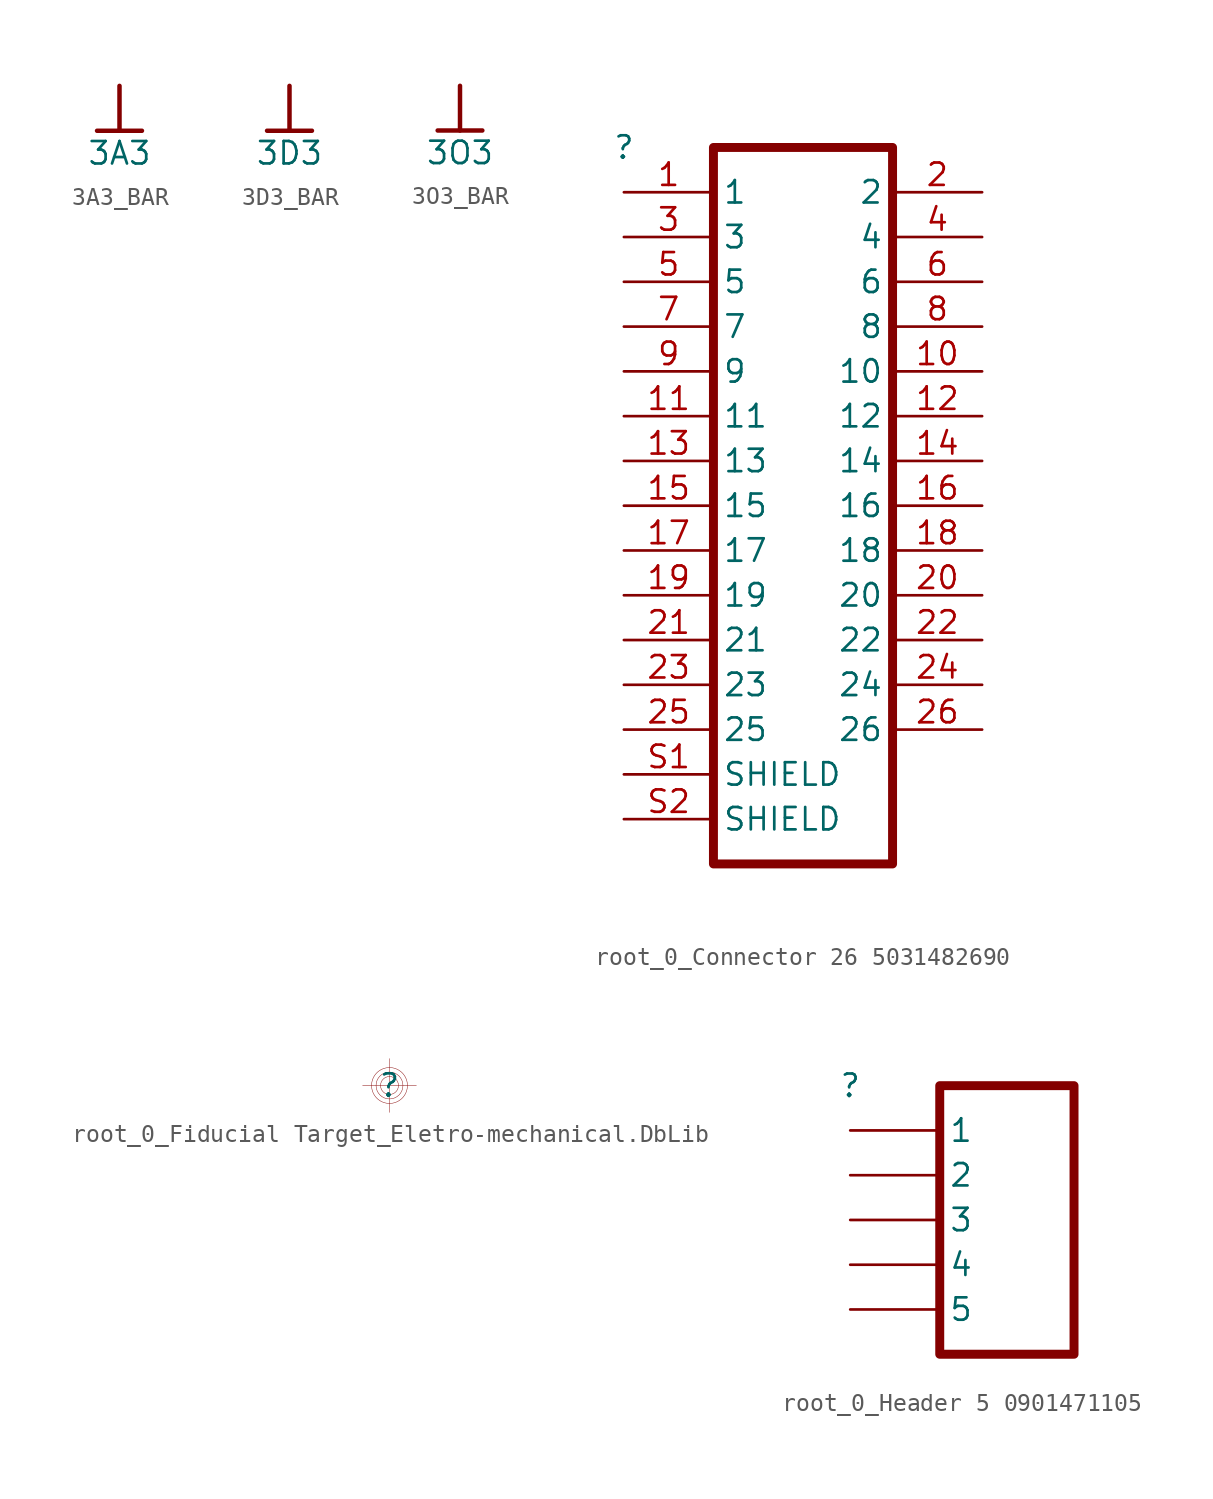
<source format=kicad_sym>
(kicad_symbol_lib
  (version 20241209)
  (generator "kicad_symbol_editor")
  (generator_version "9.0")
  (symbol "3A3_BAR"
    (power)
    (property "Reference" "#PWR"
      (at 0 0 0)
      (effects (font (size 1.27 1.27)) (hide yes)))
    (property "Value" "3A3"
      (at 0 -3.81 0)
      (effects (font (size 1.27 1.27))))
    (symbol "3A3_BAR_0_0"
      (polyline (pts (xy -1.27 -2.54) (xy 1.27 -2.54)) (stroke (width 0.254) (type solid)) (fill (type none)))
      (polyline (pts (xy 0 0) (xy 0 -2.54)) (stroke (width 0.254) (type solid)) (fill (type none)))
      (pin power_in line (at 0 0 0) (length 0) (hide yes) (name "3A3" (effects (font (size 1.27 1.27)))) (number "" (effects (font (size 1.27 1.27)))))))
  (symbol "3D3_BAR"
    (power)
    (property "Reference" "#PWR"
      (at 0 0 0)
      (effects (font (size 1.27 1.27)) (hide yes)))
    (property "Value" "3D3"
      (at 0 -3.81 0)
      (effects (font (size 1.27 1.27))))
    (symbol "3D3_BAR_0_0"
      (polyline (pts (xy -1.27 -2.54) (xy 1.27 -2.54)) (stroke (width 0.254) (type solid)) (fill (type none)))
      (polyline (pts (xy 0 0) (xy 0 -2.54)) (stroke (width 0.254) (type solid)) (fill (type none)))
      (pin power_in line (at 0 0 0) (length 0) (hide yes) (name "3D3" (effects (font (size 1.27 1.27)))) (number "" (effects (font (size 1.27 1.27)))))))
  (symbol "3O3_BAR"
    (power)
    (property "Reference" "#PWR"
      (at 0 0 0)
      (effects (font (size 1.27 1.27)) (hide yes)))
    (property "Value" "3O3"
      (at 0 -3.81 0)
      (effects (font (size 1.27 1.27))))
    (symbol "3O3_BAR_0_0"
      (polyline (pts (xy -1.27 -2.54) (xy 1.27 -2.54)) (stroke (width 0.254) (type solid)) (fill (type none)))
      (polyline (pts (xy 0 0) (xy 0 -2.54)) (stroke (width 0.254) (type solid)) (fill (type none)))
      (pin power_in line (at 0 0 0) (length 0) (hide yes) (name "3O3" (effects (font (size 1.27 1.27)))) (number "" (effects (font (size 1.27 1.27)))))))
  (symbol "root_0_Connector 26 5031482690"
    (property "Reference" ""
      (at 0 0 0)
      (effects (font (size 1.27 1.27))))
    (property "Value" ""
      (at 0 0 0)
      (effects (font (size 1.27 1.27))))
    (symbol "root_0_Connector 26 5031482690_1_0"
      (polyline (pts (xy 5.08 0) (xy 5.08 -40.64) (xy 15.24 -40.64) (xy 15.24 0) (xy 5.08 0)) (stroke (width 0.508) (type solid)) (fill (type none)))
      (pin passive line (at 0 -2.54 0) (length 5.08) (name "1" (effects (font (size 1.27 1.27)))) (number "1" (effects (font (size 1.27 1.27)))))
      (pin passive line (at 0 -5.08 0) (length 5.08) (name "3" (effects (font (size 1.27 1.27)))) (number "3" (effects (font (size 1.27 1.27)))))
      (pin passive line (at 0 -7.62 0) (length 5.08) (name "5" (effects (font (size 1.27 1.27)))) (number "5" (effects (font (size 1.27 1.27)))))
      (pin passive line (at 0 -10.16 0) (length 5.08) (name "7" (effects (font (size 1.27 1.27)))) (number "7" (effects (font (size 1.27 1.27)))))
      (pin passive line (at 0 -12.7 0) (length 5.08) (name "9" (effects (font (size 1.27 1.27)))) (number "9" (effects (font (size 1.27 1.27)))))
      (pin passive line (at 0 -15.24 0) (length 5.08) (name "11" (effects (font (size 1.27 1.27)))) (number "11" (effects (font (size 1.27 1.27)))))
      (pin passive line (at 0 -17.78 0) (length 5.08) (name "13" (effects (font (size 1.27 1.27)))) (number "13" (effects (font (size 1.27 1.27)))))
      (pin passive line (at 0 -20.32 0) (length 5.08) (name "15" (effects (font (size 1.27 1.27)))) (number "15" (effects (font (size 1.27 1.27)))))
      (pin passive line (at 0 -22.86 0) (length 5.08) (name "17" (effects (font (size 1.27 1.27)))) (number "17" (effects (font (size 1.27 1.27)))))
      (pin passive line (at 0 -25.4 0) (length 5.08) (name "19" (effects (font (size 1.27 1.27)))) (number "19" (effects (font (size 1.27 1.27)))))
      (pin passive line (at 0 -27.94 0) (length 5.08) (name "21" (effects (font (size 1.27 1.27)))) (number "21" (effects (font (size 1.27 1.27)))))
      (pin passive line (at 0 -30.48 0) (length 5.08) (name "23" (effects (font (size 1.27 1.27)))) (number "23" (effects (font (size 1.27 1.27)))))
      (pin passive line (at 0 -33.02 0) (length 5.08) (name "25" (effects (font (size 1.27 1.27)))) (number "25" (effects (font (size 1.27 1.27)))))
      (pin passive line (at 0 -35.56 0) (length 5.08) (name "SHIELD" (effects (font (size 1.27 1.27)))) (number "S1" (effects (font (size 1.27 1.27)))))
      (pin passive line (at 0 -38.1 0) (length 5.08) (name "SHIELD" (effects (font (size 1.27 1.27)))) (number "S2" (effects (font (size 1.27 1.27)))))
      (pin passive line (at 20.32 -2.54 180) (length 5.08) (name "2" (effects (font (size 1.27 1.27)))) (number "2" (effects (font (size 1.27 1.27)))))
      (pin passive line (at 20.32 -5.08 180) (length 5.08) (name "4" (effects (font (size 1.27 1.27)))) (number "4" (effects (font (size 1.27 1.27)))))
      (pin passive line (at 20.32 -7.62 180) (length 5.08) (name "6" (effects (font (size 1.27 1.27)))) (number "6" (effects (font (size 1.27 1.27)))))
      (pin passive line (at 20.32 -10.16 180) (length 5.08) (name "8" (effects (font (size 1.27 1.27)))) (number "8" (effects (font (size 1.27 1.27)))))
      (pin passive line (at 20.32 -12.7 180) (length 5.08) (name "10" (effects (font (size 1.27 1.27)))) (number "10" (effects (font (size 1.27 1.27)))))
      (pin passive line (at 20.32 -15.24 180) (length 5.08) (name "12" (effects (font (size 1.27 1.27)))) (number "12" (effects (font (size 1.27 1.27)))))
      (pin passive line (at 20.32 -17.78 180) (length 5.08) (name "14" (effects (font (size 1.27 1.27)))) (number "14" (effects (font (size 1.27 1.27)))))
      (pin passive line (at 20.32 -20.32 180) (length 5.08) (name "16" (effects (font (size 1.27 1.27)))) (number "16" (effects (font (size 1.27 1.27)))))
      (pin passive line (at 20.32 -22.86 180) (length 5.08) (name "18" (effects (font (size 1.27 1.27)))) (number "18" (effects (font (size 1.27 1.27)))))
      (pin passive line (at 20.32 -25.4 180) (length 5.08) (name "20" (effects (font (size 1.27 1.27)))) (number "20" (effects (font (size 1.27 1.27)))))
      (pin passive line (at 20.32 -27.94 180) (length 5.08) (name "22" (effects (font (size 1.27 1.27)))) (number "22" (effects (font (size 1.27 1.27)))))
      (pin passive line (at 20.32 -30.48 180) (length 5.08) (name "24" (effects (font (size 1.27 1.27)))) (number "24" (effects (font (size 1.27 1.27)))))
      (pin passive line (at 20.32 -33.02 180) (length 5.08) (name "26" (effects (font (size 1.27 1.27)))) (number "26" (effects (font (size 1.27 1.27)))))))
  (symbol "root_0_Fiducial Target_Eletro-mechanical.DbLib"
    (pin_numbers
      (hide yes))
    (pin_names
      (hide yes))
    (property "Reference" ""
      (at 0 0 0)
      (effects (font (size 1.27 1.27))))
    (property "Value" ""
      (at 0 0 0)
      (effects (font (size 1.27 1.27))))
    (symbol "root_0_Fiducial Target_Eletro-mechanical.DbLib_1_0"
      (polyline (pts (xy -1.524 0) (xy 1.524 0)) (stroke (width 0.025) (type solid)) (fill (type none)))
      (polyline (pts (xy 0 1.524) (xy 0 -1.524)) (stroke (width 0.025) (type solid)) (fill (type none)))
      (circle (center 0 0) (radius 0.508) (stroke (width 0.025) (type solid)) (fill (type color) (color 255 255 255 0.5)))
      (circle (center 0 0) (radius 0.762) (stroke (width 0.025) (type solid)) (fill (type color) (color 255 255 255 0.5)))
      (circle (center 0 0) (radius 1.016) (stroke (width 0.025) (type solid)) (fill (type color) (color 255 255 255 0.5)))))
  (symbol "root_0_Header 5 0901471105"
    (pin_numbers
      (hide yes))
    (property "Reference" ""
      (at 0 0 0)
      (effects (font (size 1.27 1.27))))
    (property "Value" ""
      (at 0 0 0)
      (effects (font (size 1.27 1.27))))
    (symbol "root_0_Header 5 0901471105_1_0"
      (polyline (pts (xy 5.08 0) (xy 5.08 -15.24) (xy 12.7 -15.24) (xy 12.7 0) (xy 5.08 0)) (stroke (width 0.508) (type solid)) (fill (type none)))
      (pin passive line (at 0 -2.54 0) (length 5.08) (name "1" (effects (font (size 1.27 1.27)))) (number "1" (effects (font (size 1.27 1.27)))))
      (pin passive line (at 0 -5.08 0) (length 5.08) (name "2" (effects (font (size 1.27 1.27)))) (number "2" (effects (font (size 1.27 1.27)))))
      (pin passive line (at 0 -7.62 0) (length 5.08) (name "3" (effects (font (size 1.27 1.27)))) (number "3" (effects (font (size 1.27 1.27)))))
      (pin passive line (at 0 -10.16 0) (length 5.08) (name "4" (effects (font (size 1.27 1.27)))) (number "4" (effects (font (size 1.27 1.27)))))
      (pin passive line (at 0 -12.7 0) (length 5.08) (name "5" (effects (font (size 1.27 1.27)))) (number "5" (effects (font (size 1.27 1.27))))))))
</source>
